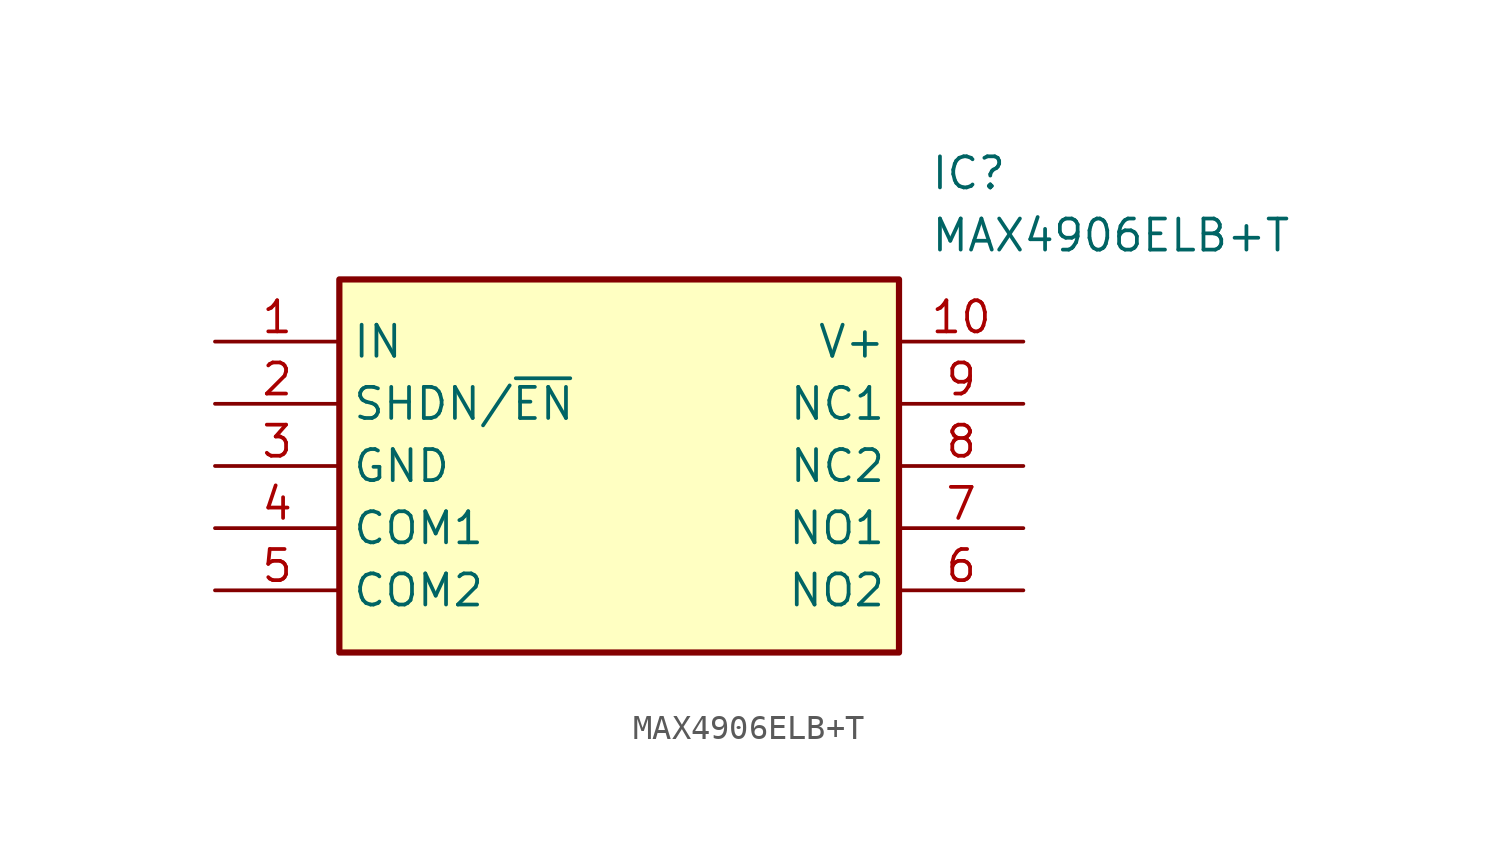
<source format=kicad_sym>
(kicad_symbol_lib
  (version 20211014)
  (generator SamacSys_ECAD_Model)
  (symbol "MAX4906ELB+T"
    (property "Reference" "IC"
      (at 29.21 7.62 0)
      (effects (font (size 1.27 1.27)) (justify left top)))
    (property "Value" "MAX4906ELB+T"
      (at 29.21 5.08 0)
      (effects (font (size 1.27 1.27)) (justify left top)))
    (rectangle
      (start 5.08 2.54)
      (end 27.94 -12.7)
      (stroke (width 0.254) (type default))
      (fill (type background)))
    (pin passive line
      (at 0 0 0)
      (length 5.08)
      (name "IN" (effects (font (size 1.27 1.27))))
      (number "1" (effects (font (size 1.27 1.27)))))
    (pin passive line
      (at 0 -2.54 0)
      (length 5.08)
      (name "SHDN/~{EN}" (effects (font (size 1.27 1.27))))
      (number "2" (effects (font (size 1.27 1.27)))))
    (pin passive line
      (at 0 -5.08 0)
      (length 5.08)
      (name "GND" (effects (font (size 1.27 1.27))))
      (number "3" (effects (font (size 1.27 1.27)))))
    (pin passive line
      (at 0 -7.62 0)
      (length 5.08)
      (name "COM1" (effects (font (size 1.27 1.27))))
      (number "4" (effects (font (size 1.27 1.27)))))
    (pin passive line
      (at 0 -10.16 0)
      (length 5.08)
      (name "COM2" (effects (font (size 1.27 1.27))))
      (number "5" (effects (font (size 1.27 1.27)))))
    (pin passive line
      (at 33.02 -10.16 180)
      (length 5.08)
      (name "NO2" (effects (font (size 1.27 1.27))))
      (number "6" (effects (font (size 1.27 1.27)))))
    (pin passive line
      (at 33.02 -7.62 180)
      (length 5.08)
      (name "NO1" (effects (font (size 1.27 1.27))))
      (number "7" (effects (font (size 1.27 1.27)))))
    (pin passive line
      (at 33.02 -5.08 180)
      (length 5.08)
      (name "NC2" (effects (font (size 1.27 1.27))))
      (number "8" (effects (font (size 1.27 1.27)))))
    (pin passive line
      (at 33.02 -2.54 180)
      (length 5.08)
      (name "NC1" (effects (font (size 1.27 1.27))))
      (number "9" (effects (font (size 1.27 1.27)))))
    (pin passive line
      (at 33.02 0 180)
      (length 5.08)
      (name "V+" (effects (font (size 1.27 1.27))))
      (number "10" (effects (font (size 1.27 1.27)))))))
</source>
